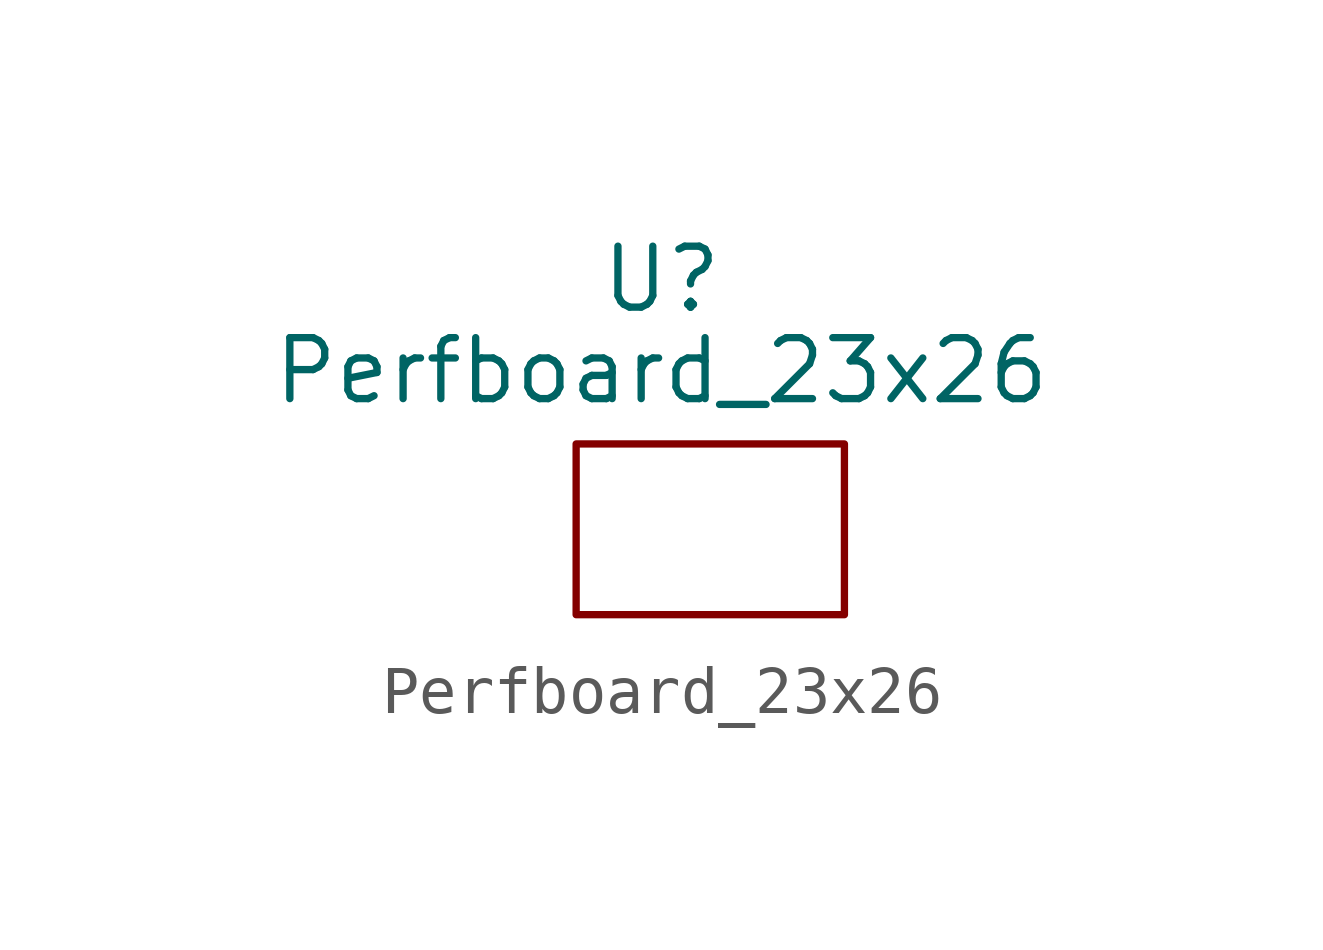
<source format=kicad_sym>
(kicad_symbol_lib
  (version 20220914)
  (generator kicad_symbol_editor)
  (symbol "Perfboard_23x26"
    (property "Reference" "U"
      (at 0 1.905 0)
      (effects (font (size 1.27 1.27))))
    (property "Value" "Perfboard_23x26"
      (at 0 0 0)
      (effects (font (size 1.27 1.27))))
    (symbol "Perfboard_23x26_0_1"
      (rectangle (start -1.778 -1.524) (end 3.81 -5.08) (stroke (width 0) (type default)) (fill (type none))))))
</source>
